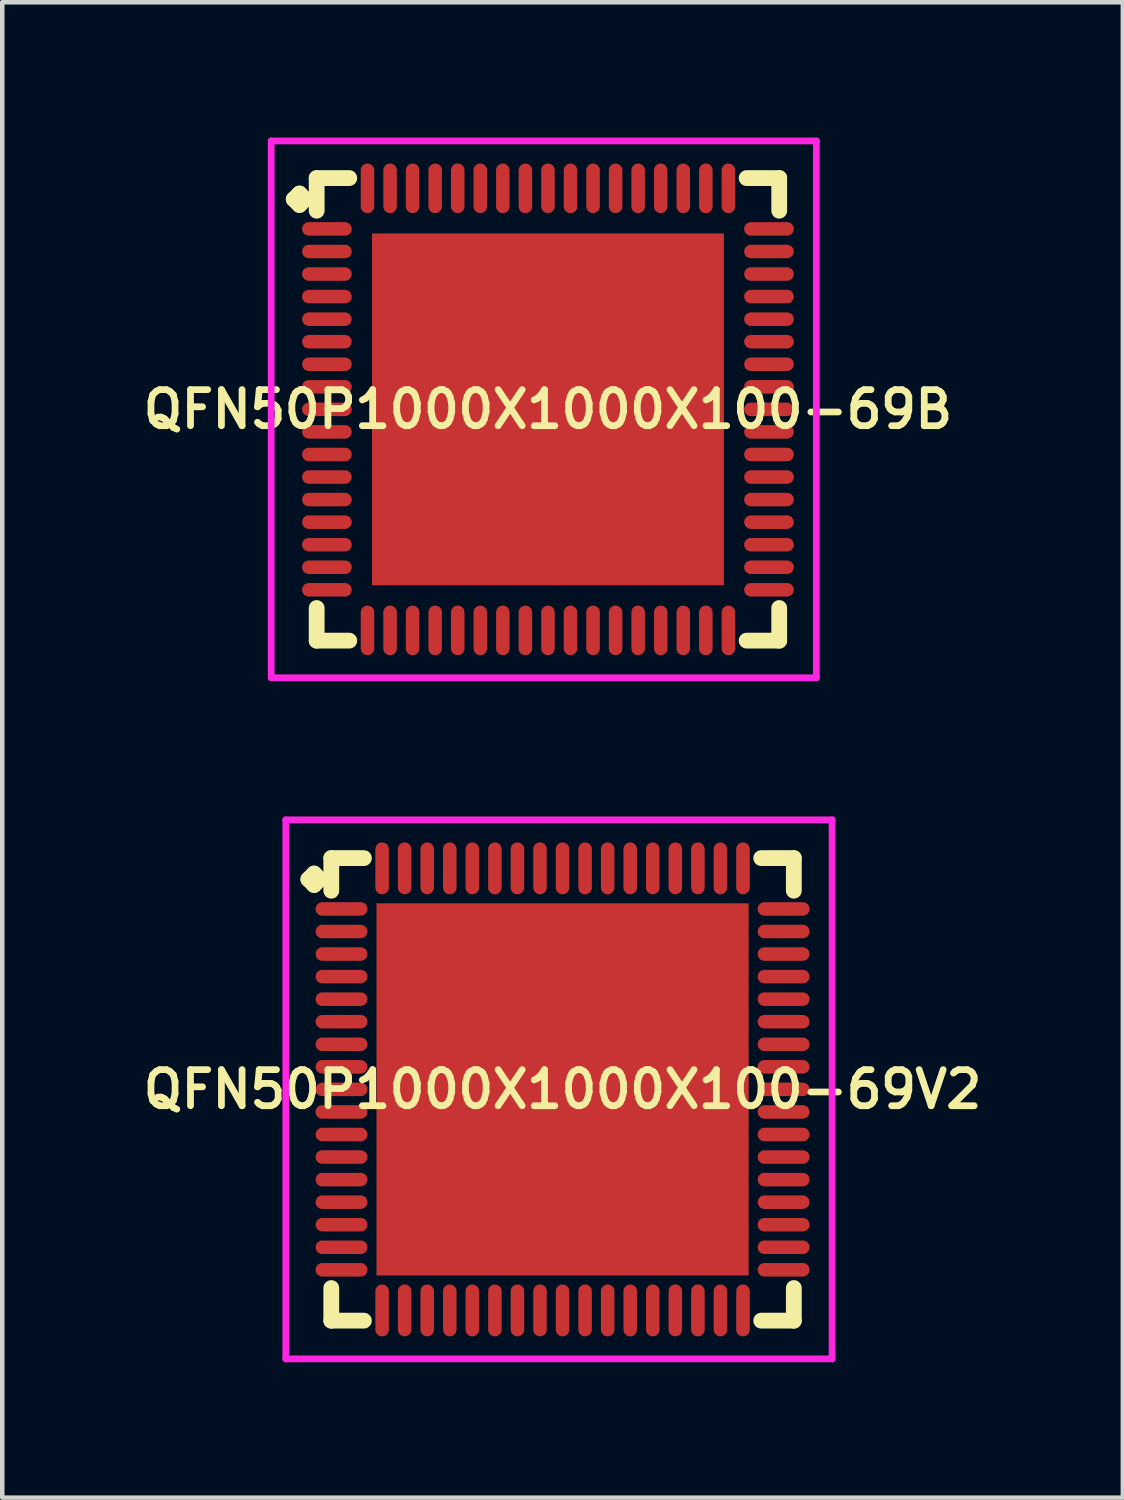
<source format=kicad_pcb>
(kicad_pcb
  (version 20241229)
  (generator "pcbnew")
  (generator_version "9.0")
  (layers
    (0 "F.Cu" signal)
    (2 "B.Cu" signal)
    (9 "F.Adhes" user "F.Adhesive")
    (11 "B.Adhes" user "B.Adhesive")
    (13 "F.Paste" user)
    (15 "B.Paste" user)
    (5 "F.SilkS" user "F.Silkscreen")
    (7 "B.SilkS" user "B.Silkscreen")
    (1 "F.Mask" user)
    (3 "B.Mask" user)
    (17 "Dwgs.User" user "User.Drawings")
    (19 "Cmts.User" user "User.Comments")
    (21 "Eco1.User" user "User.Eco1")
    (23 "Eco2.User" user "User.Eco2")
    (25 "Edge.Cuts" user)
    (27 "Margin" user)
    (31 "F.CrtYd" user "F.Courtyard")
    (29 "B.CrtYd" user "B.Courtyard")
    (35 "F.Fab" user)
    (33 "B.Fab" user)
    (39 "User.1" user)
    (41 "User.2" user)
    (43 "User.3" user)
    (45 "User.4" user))
  (footprint "QFN50P1000X1000X100-69V2"
    (layer "F.Cu")
    (at 9.421 21.1)
    (property "Reference" "QFN50P1000X1000X100-69V2" (at 0 0 0) (layer "F.SilkS") (effects (font (size 0.8 0.8) (thickness 0.15))))
    (attr smd)
    (fp_line (start -5.635 -4.658) (end -5.508 -4.785) (stroke (width 0.35) (type solid)) (layer "F.SilkS"))
    (fp_line (start -5.508 -4.785) (end -5.381 -4.658) (stroke (width 0.35) (type solid)) (layer "F.SilkS"))
    (fp_line (start -5.508 -4.531) (end -5.635 -4.658) (stroke (width 0.35) (type solid)) (layer "F.SilkS"))
    (fp_line (start -5.381 -4.658) (end -5.508 -4.531) (stroke (width 0.35) (type solid)) (layer "F.SilkS"))
    (fp_line (start -5.127 -5.127) (end -4.404 -5.127) (stroke (width 0.35) (type solid)) (layer "F.SilkS"))
    (fp_line (start -5.127 -4.404) (end -5.127 -5.127) (stroke (width 0.35) (type solid)) (layer "F.SilkS"))
    (fp_line (start -5.127 4.404) (end -5.127 5.127) (stroke (width 0.35) (type solid)) (layer "F.SilkS"))
    (fp_line (start -5.127 5.127) (end -4.404 5.127) (stroke (width 0.35) (type solid)) (layer "F.SilkS"))
    (fp_line (start 4.404 -5.127) (end 5.127 -5.127) (stroke (width 0.35) (type solid)) (layer "F.SilkS"))
    (fp_line (start 4.404 5.127) (end 5.127 5.127) (stroke (width 0.35) (type solid)) (layer "F.SilkS"))
    (fp_line (start 5.127 -5.127) (end 5.127 -4.404) (stroke (width 0.35) (type solid)) (layer "F.SilkS"))
    (fp_line (start 5.127 5.127) (end 5.127 4.404) (stroke (width 0.35) (type solid)) (layer "F.SilkS"))
    (fp_line (start -6.135 -5.975) (end 5.975 -5.975) (stroke (width 0.15) (type solid)) (layer "F.CrtYd"))
    (fp_line (start -6.135 5.975) (end -6.135 -5.975) (stroke (width 0.15) (type solid)) (layer "F.CrtYd"))
    (fp_line (start 5.975 -5.975) (end 5.975 5.975) (stroke (width 0.15) (type solid)) (layer "F.CrtYd"))
    (fp_line (start 5.975 5.975) (end -6.135 5.975) (stroke (width 0.15) (type solid)) (layer "F.CrtYd"))
    (pad "1" smd oval (at -4.9 -4) (size 1.15 0.3) (layers "F.Cu" "F.Mask" "F.Paste"))
    (pad "2" smd oval (at -4.9 -3.5) (size 1.15 0.3) (layers "F.Cu" "F.Mask" "F.Paste"))
    (pad "3" smd oval (at -4.9 -3) (size 1.15 0.3) (layers "F.Cu" "F.Mask" "F.Paste"))
    (pad "4" smd oval (at -4.9 -2.5) (size 1.15 0.3) (layers "F.Cu" "F.Mask" "F.Paste"))
    (pad "5" smd oval (at -4.9 -2) (size 1.15 0.3) (layers "F.Cu" "F.Mask" "F.Paste"))
    (pad "6" smd oval (at -4.9 -1.5) (size 1.15 0.3) (layers "F.Cu" "F.Mask" "F.Paste"))
    (pad "7" smd oval (at -4.9 -1) (size 1.15 0.3) (layers "F.Cu" "F.Mask" "F.Paste"))
    (pad "8" smd oval (at -4.9 -0.5) (size 1.15 0.3) (layers "F.Cu" "F.Mask" "F.Paste"))
    (pad "9" smd oval (at -4.9 0) (size 1.15 0.3) (layers "F.Cu" "F.Mask" "F.Paste"))
    (pad "10" smd oval (at -4.9 0.5) (size 1.15 0.3) (layers "F.Cu" "F.Mask" "F.Paste"))
    (pad "11" smd oval (at -4.9 1) (size 1.15 0.3) (layers "F.Cu" "F.Mask" "F.Paste"))
    (pad "12" smd oval (at -4.9 1.5) (size 1.15 0.3) (layers "F.Cu" "F.Mask" "F.Paste"))
    (pad "13" smd oval (at -4.9 2) (size 1.15 0.3) (layers "F.Cu" "F.Mask" "F.Paste"))
    (pad "14" smd oval (at -4.9 2.5) (size 1.15 0.3) (layers "F.Cu" "F.Mask" "F.Paste"))
    (pad "15" smd oval (at -4.9 3) (size 1.15 0.3) (layers "F.Cu" "F.Mask" "F.Paste"))
    (pad "16" smd oval (at -4.9 3.5) (size 1.15 0.3) (layers "F.Cu" "F.Mask" "F.Paste"))
    (pad "17" smd oval (at -4.9 4) (size 1.15 0.3) (layers "F.Cu" "F.Mask" "F.Paste"))
    (pad "18" smd oval (at -4 4.9) (size 0.3 1.15) (layers "F.Cu" "F.Mask" "F.Paste"))
    (pad "19" smd oval (at -3.5 4.9) (size 0.3 1.15) (layers "F.Cu" "F.Mask" "F.Paste"))
    (pad "20" smd oval (at -3 4.9) (size 0.3 1.15) (layers "F.Cu" "F.Mask" "F.Paste"))
    (pad "21" smd oval (at -2.5 4.9) (size 0.3 1.15) (layers "F.Cu" "F.Mask" "F.Paste"))
    (pad "22" smd oval (at -2 4.9) (size 0.3 1.15) (layers "F.Cu" "F.Mask" "F.Paste"))
    (pad "23" smd oval (at -1.5 4.9) (size 0.3 1.15) (layers "F.Cu" "F.Mask" "F.Paste"))
    (pad "24" smd oval (at -1 4.9) (size 0.3 1.15) (layers "F.Cu" "F.Mask" "F.Paste"))
    (pad "25" smd oval (at -0.5 4.9) (size 0.3 1.15) (layers "F.Cu" "F.Mask" "F.Paste"))
    (pad "26" smd oval (at 0 4.9) (size 0.3 1.15) (layers "F.Cu" "F.Mask" "F.Paste"))
    (pad "27" smd oval (at 0.5 4.9) (size 0.3 1.15) (layers "F.Cu" "F.Mask" "F.Paste"))
    (pad "28" smd oval (at 1 4.9) (size 0.3 1.15) (layers "F.Cu" "F.Mask" "F.Paste"))
    (pad "29" smd oval (at 1.5 4.9) (size 0.3 1.15) (layers "F.Cu" "F.Mask" "F.Paste"))
    (pad "30" smd oval (at 2 4.9) (size 0.3 1.15) (layers "F.Cu" "F.Mask" "F.Paste"))
    (pad "31" smd oval (at 2.5 4.9) (size 0.3 1.15) (layers "F.Cu" "F.Mask" "F.Paste"))
    (pad "32" smd oval (at 3 4.9) (size 0.3 1.15) (layers "F.Cu" "F.Mask" "F.Paste"))
    (pad "33" smd oval (at 3.5 4.9) (size 0.3 1.15) (layers "F.Cu" "F.Mask" "F.Paste"))
    (pad "34" smd oval (at 4 4.9) (size 0.3 1.15) (layers "F.Cu" "F.Mask" "F.Paste"))
    (pad "35" smd oval (at 4.9 4) (size 1.15 0.3) (layers "F.Cu" "F.Mask" "F.Paste"))
    (pad "36" smd oval (at 4.9 3.5) (size 1.15 0.3) (layers "F.Cu" "F.Mask" "F.Paste"))
    (pad "37" smd oval (at 4.9 3) (size 1.15 0.3) (layers "F.Cu" "F.Mask" "F.Paste"))
    (pad "38" smd oval (at 4.9 2.5) (size 1.15 0.3) (layers "F.Cu" "F.Mask" "F.Paste"))
    (pad "39" smd oval (at 4.9 2) (size 1.15 0.3) (layers "F.Cu" "F.Mask" "F.Paste"))
    (pad "40" smd oval (at 4.9 1.5) (size 1.15 0.3) (layers "F.Cu" "F.Mask" "F.Paste"))
    (pad "41" smd oval (at 4.9 1) (size 1.15 0.3) (layers "F.Cu" "F.Mask" "F.Paste"))
    (pad "42" smd oval (at 4.9 0.5) (size 1.15 0.3) (layers "F.Cu" "F.Mask" "F.Paste"))
    (pad "43" smd oval (at 4.9 0) (size 1.15 0.3) (layers "F.Cu" "F.Mask" "F.Paste"))
    (pad "44" smd oval (at 4.9 -0.5) (size 1.15 0.3) (layers "F.Cu" "F.Mask" "F.Paste"))
    (pad "45" smd oval (at 4.9 -1) (size 1.15 0.3) (layers "F.Cu" "F.Mask" "F.Paste"))
    (pad "46" smd oval (at 4.9 -1.5) (size 1.15 0.3) (layers "F.Cu" "F.Mask" "F.Paste"))
    (pad "47" smd oval (at 4.9 -2) (size 1.15 0.3) (layers "F.Cu" "F.Mask" "F.Paste"))
    (pad "48" smd oval (at 4.9 -2.5) (size 1.15 0.3) (layers "F.Cu" "F.Mask" "F.Paste"))
    (pad "49" smd oval (at 4.9 -3) (size 1.15 0.3) (layers "F.Cu" "F.Mask" "F.Paste"))
    (pad "50" smd oval (at 4.9 -3.5) (size 1.15 0.3) (layers "F.Cu" "F.Mask" "F.Paste"))
    (pad "51" smd oval (at 4.9 -4) (size 1.15 0.3) (layers "F.Cu" "F.Mask" "F.Paste"))
    (pad "52" smd oval (at 4 -4.9) (size 0.3 1.15) (layers "F.Cu" "F.Mask" "F.Paste"))
    (pad "53" smd oval (at 3.5 -4.9) (size 0.3 1.15) (layers "F.Cu" "F.Mask" "F.Paste"))
    (pad "54" smd oval (at 3 -4.9) (size 0.3 1.15) (layers "F.Cu" "F.Mask" "F.Paste"))
    (pad "55" smd oval (at 2.5 -4.9) (size 0.3 1.15) (layers "F.Cu" "F.Mask" "F.Paste"))
    (pad "56" smd oval (at 2 -4.9) (size 0.3 1.15) (layers "F.Cu" "F.Mask" "F.Paste"))
    (pad "57" smd oval (at 1.5 -4.9) (size 0.3 1.15) (layers "F.Cu" "F.Mask" "F.Paste"))
    (pad "58" smd oval (at 1 -4.9) (size 0.3 1.15) (layers "F.Cu" "F.Mask" "F.Paste"))
    (pad "59" smd oval (at 0.5 -4.9) (size 0.3 1.15) (layers "F.Cu" "F.Mask" "F.Paste"))
    (pad "60" smd oval (at 0 -4.9) (size 0.3 1.15) (layers "F.Cu" "F.Mask" "F.Paste"))
    (pad "61" smd oval (at -0.5 -4.9) (size 0.3 1.15) (layers "F.Cu" "F.Mask" "F.Paste"))
    (pad "62" smd oval (at -1 -4.9) (size 0.3 1.15) (layers "F.Cu" "F.Mask" "F.Paste"))
    (pad "63" smd oval (at -1.5 -4.9) (size 0.3 1.15) (layers "F.Cu" "F.Mask" "F.Paste"))
    (pad "64" smd oval (at -2 -4.9) (size 0.3 1.15) (layers "F.Cu" "F.Mask" "F.Paste"))
    (pad "65" smd oval (at -2.5 -4.9) (size 0.3 1.15) (layers "F.Cu" "F.Mask" "F.Paste"))
    (pad "66" smd oval (at -3 -4.9) (size 0.3 1.15) (layers "F.Cu" "F.Mask" "F.Paste"))
    (pad "67" smd oval (at -3.5 -4.9) (size 0.3 1.15) (layers "F.Cu" "F.Mask" "F.Paste"))
    (pad "68" smd oval (at -4 -4.9) (size 0.3 1.15) (layers "F.Cu" "F.Mask" "F.Paste"))
    (pad "69" smd rect (at 0 0) (size 8.25 8.25) (layers "F.Cu" "F.Mask" "F.Paste")))
  (footprint "QFN50P1000X1000X100-69B"
    (layer "F.Cu")
    (at 9.097 6.025)
    (property "Reference" "QFN50P1000X1000X100-69B" (at 0 0 0) (layer "F.SilkS") (effects (font (size 0.8 0.8) (thickness 0.15))))
    (attr smd)
    (fp_line (start -5.635 -4.658) (end -5.508 -4.785) (stroke (width 0.35) (type solid)) (layer "F.SilkS"))
    (fp_line (start -5.508 -4.785) (end -5.381 -4.658) (stroke (width 0.35) (type solid)) (layer "F.SilkS"))
    (fp_line (start -5.508 -4.531) (end -5.635 -4.658) (stroke (width 0.35) (type solid)) (layer "F.SilkS"))
    (fp_line (start -5.381 -4.658) (end -5.508 -4.531) (stroke (width 0.35) (type solid)) (layer "F.SilkS"))
    (fp_line (start -5.127 -5.127) (end -4.404 -5.127) (stroke (width 0.35) (type solid)) (layer "F.SilkS"))
    (fp_line (start -5.127 -4.404) (end -5.127 -5.127) (stroke (width 0.35) (type solid)) (layer "F.SilkS"))
    (fp_line (start -5.127 4.404) (end -5.127 5.127) (stroke (width 0.35) (type solid)) (layer "F.SilkS"))
    (fp_line (start -5.127 5.127) (end -4.404 5.127) (stroke (width 0.35) (type solid)) (layer "F.SilkS"))
    (fp_line (start 4.404 -5.127) (end 5.127 -5.127) (stroke (width 0.35) (type solid)) (layer "F.SilkS"))
    (fp_line (start 4.404 5.127) (end 5.127 5.127) (stroke (width 0.35) (type solid)) (layer "F.SilkS"))
    (fp_line (start 5.127 -5.127) (end 5.127 -4.404) (stroke (width 0.35) (type solid)) (layer "F.SilkS"))
    (fp_line (start 5.127 5.127) (end 5.127 4.404) (stroke (width 0.35) (type solid)) (layer "F.SilkS"))
    (fp_line (start -6.135 -5.95) (end 5.95 -5.95) (stroke (width 0.15) (type solid)) (layer "F.CrtYd"))
    (fp_line (start -6.135 5.95) (end -6.135 -5.95) (stroke (width 0.15) (type solid)) (layer "F.CrtYd"))
    (fp_line (start 5.95 -5.95) (end 5.95 5.95) (stroke (width 0.15) (type solid)) (layer "F.CrtYd"))
    (fp_line (start 5.95 5.95) (end -6.135 5.95) (stroke (width 0.15) (type solid)) (layer "F.CrtYd"))
    (pad "1" smd oval (at -4.9 -4) (size 1.1 0.3) (layers "F.Cu" "F.Mask" "F.Paste"))
    (pad "2" smd oval (at -4.9 -3.5) (size 1.1 0.3) (layers "F.Cu" "F.Mask" "F.Paste"))
    (pad "3" smd oval (at -4.9 -3) (size 1.1 0.3) (layers "F.Cu" "F.Mask" "F.Paste"))
    (pad "4" smd oval (at -4.9 -2.5) (size 1.1 0.3) (layers "F.Cu" "F.Mask" "F.Paste"))
    (pad "5" smd oval (at -4.9 -2) (size 1.1 0.3) (layers "F.Cu" "F.Mask" "F.Paste"))
    (pad "6" smd oval (at -4.9 -1.5) (size 1.1 0.3) (layers "F.Cu" "F.Mask" "F.Paste"))
    (pad "7" smd oval (at -4.9 -1) (size 1.1 0.3) (layers "F.Cu" "F.Mask" "F.Paste"))
    (pad "8" smd oval (at -4.9 -0.5) (size 1.1 0.3) (layers "F.Cu" "F.Mask" "F.Paste"))
    (pad "9" smd oval (at -4.9 0) (size 1.1 0.3) (layers "F.Cu" "F.Mask" "F.Paste"))
    (pad "10" smd oval (at -4.9 0.5) (size 1.1 0.3) (layers "F.Cu" "F.Mask" "F.Paste"))
    (pad "11" smd oval (at -4.9 1) (size 1.1 0.3) (layers "F.Cu" "F.Mask" "F.Paste"))
    (pad "12" smd oval (at -4.9 1.5) (size 1.1 0.3) (layers "F.Cu" "F.Mask" "F.Paste"))
    (pad "13" smd oval (at -4.9 2) (size 1.1 0.3) (layers "F.Cu" "F.Mask" "F.Paste"))
    (pad "14" smd oval (at -4.9 2.5) (size 1.1 0.3) (layers "F.Cu" "F.Mask" "F.Paste"))
    (pad "15" smd oval (at -4.9 3) (size 1.1 0.3) (layers "F.Cu" "F.Mask" "F.Paste"))
    (pad "16" smd oval (at -4.9 3.5) (size 1.1 0.3) (layers "F.Cu" "F.Mask" "F.Paste"))
    (pad "17" smd oval (at -4.9 4) (size 1.1 0.3) (layers "F.Cu" "F.Mask" "F.Paste"))
    (pad "18" smd oval (at -4 4.9) (size 0.3 1.1) (layers "F.Cu" "F.Mask" "F.Paste"))
    (pad "19" smd oval (at -3.5 4.9) (size 0.3 1.1) (layers "F.Cu" "F.Mask" "F.Paste"))
    (pad "20" smd oval (at -3 4.9) (size 0.3 1.1) (layers "F.Cu" "F.Mask" "F.Paste"))
    (pad "21" smd oval (at -2.5 4.9) (size 0.3 1.1) (layers "F.Cu" "F.Mask" "F.Paste"))
    (pad "22" smd oval (at -2 4.9) (size 0.3 1.1) (layers "F.Cu" "F.Mask" "F.Paste"))
    (pad "23" smd oval (at -1.5 4.9) (size 0.3 1.1) (layers "F.Cu" "F.Mask" "F.Paste"))
    (pad "24" smd oval (at -1 4.9) (size 0.3 1.1) (layers "F.Cu" "F.Mask" "F.Paste"))
    (pad "25" smd oval (at -0.5 4.9) (size 0.3 1.1) (layers "F.Cu" "F.Mask" "F.Paste"))
    (pad "26" smd oval (at 0 4.9) (size 0.3 1.1) (layers "F.Cu" "F.Mask" "F.Paste"))
    (pad "27" smd oval (at 0.5 4.9) (size 0.3 1.1) (layers "F.Cu" "F.Mask" "F.Paste"))
    (pad "28" smd oval (at 1 4.9) (size 0.3 1.1) (layers "F.Cu" "F.Mask" "F.Paste"))
    (pad "29" smd oval (at 1.5 4.9) (size 0.3 1.1) (layers "F.Cu" "F.Mask" "F.Paste"))
    (pad "30" smd oval (at 2 4.9) (size 0.3 1.1) (layers "F.Cu" "F.Mask" "F.Paste"))
    (pad "31" smd oval (at 2.5 4.9) (size 0.3 1.1) (layers "F.Cu" "F.Mask" "F.Paste"))
    (pad "32" smd oval (at 3 4.9) (size 0.3 1.1) (layers "F.Cu" "F.Mask" "F.Paste"))
    (pad "33" smd oval (at 3.5 4.9) (size 0.3 1.1) (layers "F.Cu" "F.Mask" "F.Paste"))
    (pad "34" smd oval (at 4 4.9) (size 0.3 1.1) (layers "F.Cu" "F.Mask" "F.Paste"))
    (pad "35" smd oval (at 4.9 4) (size 1.1 0.3) (layers "F.Cu" "F.Mask" "F.Paste"))
    (pad "36" smd oval (at 4.9 3.5) (size 1.1 0.3) (layers "F.Cu" "F.Mask" "F.Paste"))
    (pad "37" smd oval (at 4.9 3) (size 1.1 0.3) (layers "F.Cu" "F.Mask" "F.Paste"))
    (pad "38" smd oval (at 4.9 2.5) (size 1.1 0.3) (layers "F.Cu" "F.Mask" "F.Paste"))
    (pad "39" smd oval (at 4.9 2) (size 1.1 0.3) (layers "F.Cu" "F.Mask" "F.Paste"))
    (pad "40" smd oval (at 4.9 1.5) (size 1.1 0.3) (layers "F.Cu" "F.Mask" "F.Paste"))
    (pad "41" smd oval (at 4.9 1) (size 1.1 0.3) (layers "F.Cu" "F.Mask" "F.Paste"))
    (pad "42" smd oval (at 4.9 0.5) (size 1.1 0.3) (layers "F.Cu" "F.Mask" "F.Paste"))
    (pad "43" smd oval (at 4.9 0) (size 1.1 0.3) (layers "F.Cu" "F.Mask" "F.Paste"))
    (pad "44" smd oval (at 4.9 -0.5) (size 1.1 0.3) (layers "F.Cu" "F.Mask" "F.Paste"))
    (pad "45" smd oval (at 4.9 -1) (size 1.1 0.3) (layers "F.Cu" "F.Mask" "F.Paste"))
    (pad "46" smd oval (at 4.9 -1.5) (size 1.1 0.3) (layers "F.Cu" "F.Mask" "F.Paste"))
    (pad "47" smd oval (at 4.9 -2) (size 1.1 0.3) (layers "F.Cu" "F.Mask" "F.Paste"))
    (pad "48" smd oval (at 4.9 -2.5) (size 1.1 0.3) (layers "F.Cu" "F.Mask" "F.Paste"))
    (pad "49" smd oval (at 4.9 -3) (size 1.1 0.3) (layers "F.Cu" "F.Mask" "F.Paste"))
    (pad "50" smd oval (at 4.9 -3.5) (size 1.1 0.3) (layers "F.Cu" "F.Mask" "F.Paste"))
    (pad "51" smd oval (at 4.9 -4) (size 1.1 0.3) (layers "F.Cu" "F.Mask" "F.Paste"))
    (pad "52" smd oval (at 4 -4.9) (size 0.3 1.1) (layers "F.Cu" "F.Mask" "F.Paste"))
    (pad "53" smd oval (at 3.5 -4.9) (size 0.3 1.1) (layers "F.Cu" "F.Mask" "F.Paste"))
    (pad "54" smd oval (at 3 -4.9) (size 0.3 1.1) (layers "F.Cu" "F.Mask" "F.Paste"))
    (pad "55" smd oval (at 2.5 -4.9) (size 0.3 1.1) (layers "F.Cu" "F.Mask" "F.Paste"))
    (pad "56" smd oval (at 2 -4.9) (size 0.3 1.1) (layers "F.Cu" "F.Mask" "F.Paste"))
    (pad "57" smd oval (at 1.5 -4.9) (size 0.3 1.1) (layers "F.Cu" "F.Mask" "F.Paste"))
    (pad "58" smd oval (at 1 -4.9) (size 0.3 1.1) (layers "F.Cu" "F.Mask" "F.Paste"))
    (pad "59" smd oval (at 0.5 -4.9) (size 0.3 1.1) (layers "F.Cu" "F.Mask" "F.Paste"))
    (pad "60" smd oval (at 0 -4.9) (size 0.3 1.1) (layers "F.Cu" "F.Mask" "F.Paste"))
    (pad "61" smd oval (at -0.5 -4.9) (size 0.3 1.1) (layers "F.Cu" "F.Mask" "F.Paste"))
    (pad "62" smd oval (at -1 -4.9) (size 0.3 1.1) (layers "F.Cu" "F.Mask" "F.Paste"))
    (pad "63" smd oval (at -1.5 -4.9) (size 0.3 1.1) (layers "F.Cu" "F.Mask" "F.Paste"))
    (pad "64" smd oval (at -2 -4.9) (size 0.3 1.1) (layers "F.Cu" "F.Mask" "F.Paste"))
    (pad "65" smd oval (at -2.5 -4.9) (size 0.3 1.1) (layers "F.Cu" "F.Mask" "F.Paste"))
    (pad "66" smd oval (at -3 -4.9) (size 0.3 1.1) (layers "F.Cu" "F.Mask" "F.Paste"))
    (pad "67" smd oval (at -3.5 -4.9) (size 0.3 1.1) (layers "F.Cu" "F.Mask" "F.Paste"))
    (pad "68" smd oval (at -4 -4.9) (size 0.3 1.1) (layers "F.Cu" "F.Mask" "F.Paste"))
    (pad "69" smd rect (at 0 0) (size 7.8 7.8) (layers "F.Cu" "F.Mask" "F.Paste")))
  (gr_rect
    (start -3 -3)
    (end 21.842 30.15)
    (stroke (width 0.1) (type default))
    (fill no)
    (layer "Edge.Cuts")))
</source>
